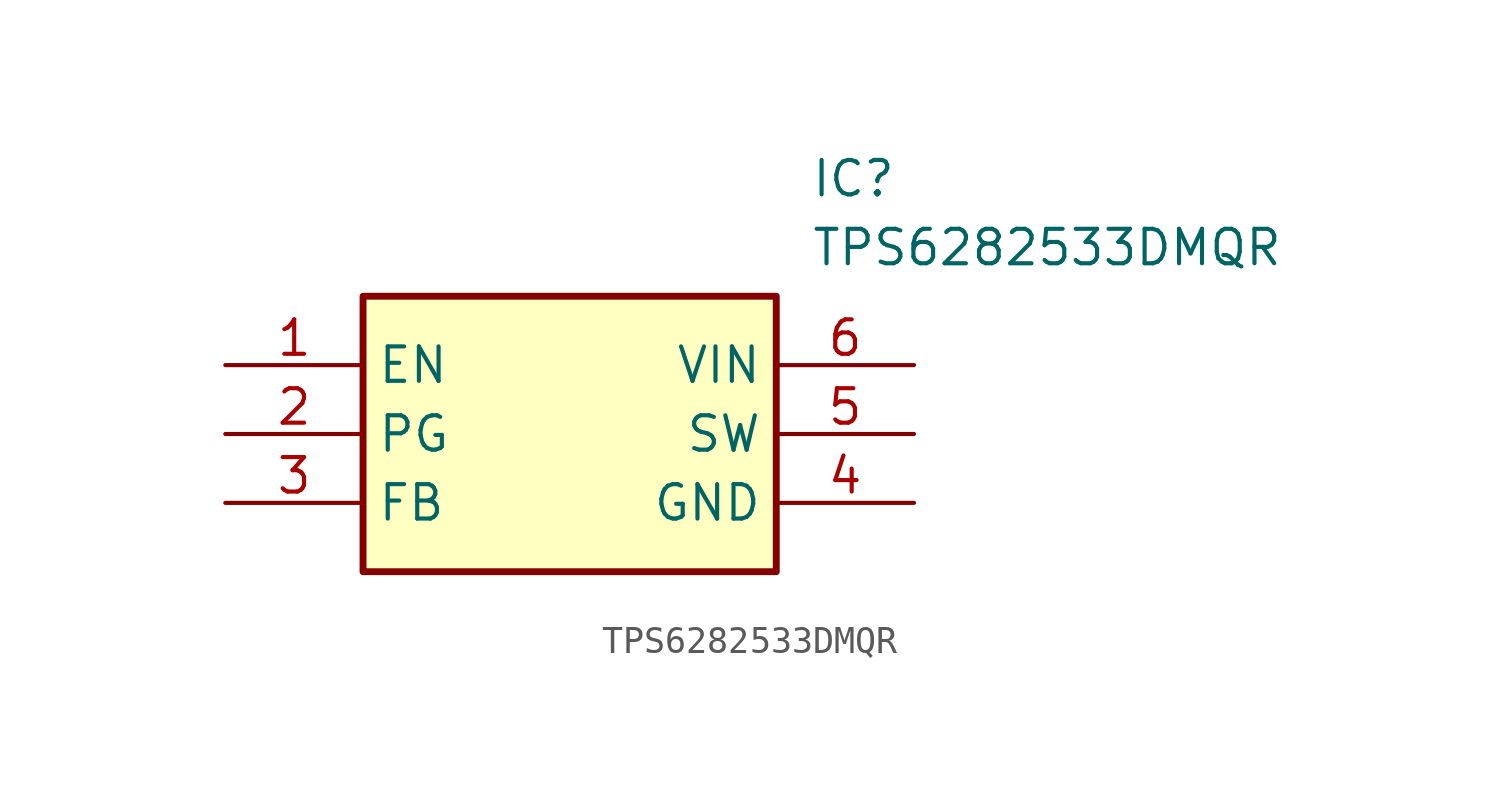
<source format=kicad_sym>
(kicad_symbol_lib
  (version 20211014)
  (generator SamacSys_ECAD_Model)
  (symbol "TPS6282533DMQR"
    (property "Reference" "IC"
      (at 21.59 7.62 0)
      (effects (font (size 1.27 1.27)) (justify left top)))
    (property "Value" "TPS6282533DMQR"
      (at 21.59 5.08 0)
      (effects (font (size 1.27 1.27)) (justify left top)))
    (rectangle
      (start 5.08 2.54)
      (end 20.32 -7.62)
      (stroke (width 0.254) (type default))
      (fill (type background)))
    (pin passive line
      (at 0 0 0)
      (length 5.08)
      (name "EN" (effects (font (size 1.27 1.27))))
      (number "1" (effects (font (size 1.27 1.27)))))
    (pin passive line
      (at 0 -2.54 0)
      (length 5.08)
      (name "PG" (effects (font (size 1.27 1.27))))
      (number "2" (effects (font (size 1.27 1.27)))))
    (pin passive line
      (at 0 -5.08 0)
      (length 5.08)
      (name "FB" (effects (font (size 1.27 1.27))))
      (number "3" (effects (font (size 1.27 1.27)))))
    (pin passive line
      (at 25.4 -5.08 180)
      (length 5.08)
      (name "GND" (effects (font (size 1.27 1.27))))
      (number "4" (effects (font (size 1.27 1.27)))))
    (pin passive line
      (at 25.4 -2.54 180)
      (length 5.08)
      (name "SW" (effects (font (size 1.27 1.27))))
      (number "5" (effects (font (size 1.27 1.27)))))
    (pin passive line
      (at 25.4 0 180)
      (length 5.08)
      (name "VIN" (effects (font (size 1.27 1.27))))
      (number "6" (effects (font (size 1.27 1.27)))))))
</source>
